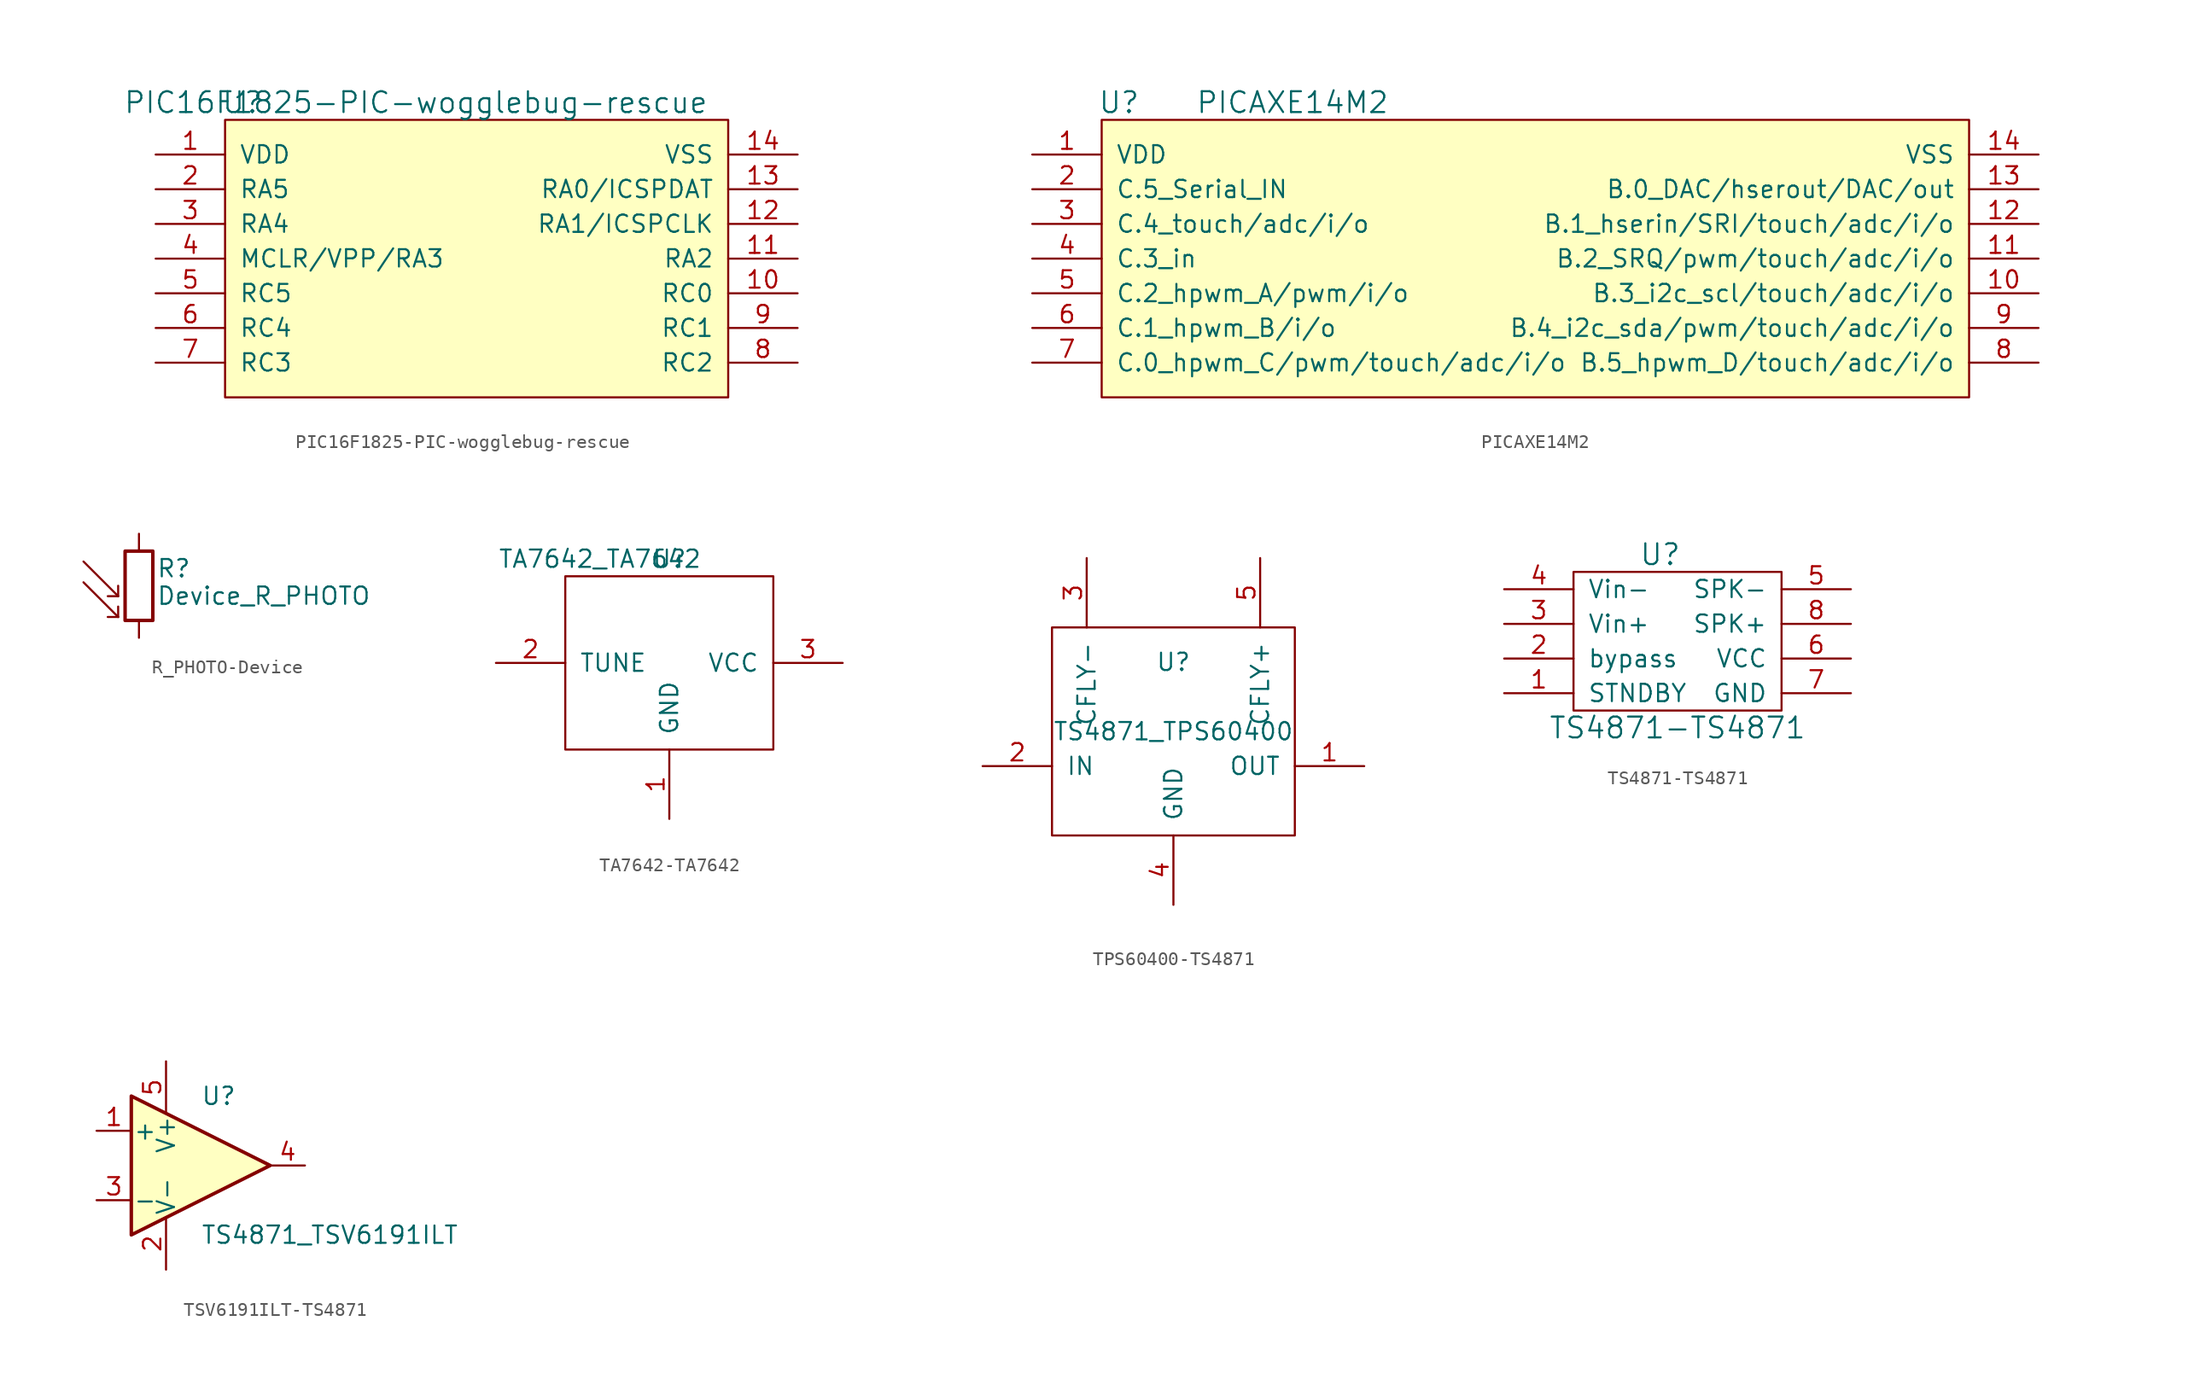
<source format=kicad_sym>
(kicad_symbol_lib
  (version 20220914)
  (generator kicad_symbol_editor)
  (symbol "PIC16F1825-PIC-wogglebug-rescue"
    (pin_names
      (offset 1.016))
    (property "Reference" "U"
      (at -2.54 33.02 0)
      (effects (font (size 1.524 1.524))))
    (property "Value" "PIC16F1825-PIC-wogglebug-rescue"
      (at 10.16 33.02 0)
      (effects (font (size 1.524 1.524))))
    (property "Footprint" ""
      (at -2.54 33.02 0)
      (effects (font (size 1.524 1.524))))
    (property "Datasheet" ""
      (at -2.54 33.02 0)
      (effects (font (size 1.524 1.524))))
    (symbol "PIC16F1825-PIC-wogglebug-rescue_0_1"
      (rectangle (start -3.81 31.75) (end 33.02 11.43) (stroke (width 0) (type solid)) (fill (type background))))
    (symbol "PIC16F1825-PIC-wogglebug-rescue_1_1"
      (pin power_in line (at -8.89 29.21 0) (length 5.08) (name "VDD" (effects (font (size 1.27 1.27)))) (number "1" (effects (font (size 1.27 1.27)))))
      (pin bidirectional line (at 38.1 19.05 180) (length 5.08) (name "RC0" (effects (font (size 1.27 1.27)))) (number "10" (effects (font (size 1.27 1.27)))))
      (pin bidirectional line (at 38.1 21.59 180) (length 5.08) (name "RA2" (effects (font (size 1.27 1.27)))) (number "11" (effects (font (size 1.27 1.27)))))
      (pin bidirectional line (at 38.1 24.13 180) (length 5.08) (name "RA1/ICSPCLK" (effects (font (size 1.27 1.27)))) (number "12" (effects (font (size 1.27 1.27)))))
      (pin bidirectional line (at 38.1 26.67 180) (length 5.08) (name "RA0/ICSPDAT" (effects (font (size 1.27 1.27)))) (number "13" (effects (font (size 1.27 1.27)))))
      (pin power_in line (at 38.1 29.21 180) (length 5.08) (name "VSS" (effects (font (size 1.27 1.27)))) (number "14" (effects (font (size 1.27 1.27)))))
      (pin bidirectional line (at -8.89 26.67 0) (length 5.08) (name "RA5" (effects (font (size 1.27 1.27)))) (number "2" (effects (font (size 1.27 1.27)))))
      (pin bidirectional line (at -8.89 24.13 0) (length 5.08) (name "RA4" (effects (font (size 1.27 1.27)))) (number "3" (effects (font (size 1.27 1.27)))))
      (pin input line (at -8.89 21.59 0) (length 5.08) (name "MCLR/VPP/RA3" (effects (font (size 1.27 1.27)))) (number "4" (effects (font (size 1.27 1.27)))))
      (pin bidirectional line (at -8.89 19.05 0) (length 5.08) (name "RC5" (effects (font (size 1.27 1.27)))) (number "5" (effects (font (size 1.27 1.27)))))
      (pin bidirectional line (at -8.89 16.51 0) (length 5.08) (name "RC4" (effects (font (size 1.27 1.27)))) (number "6" (effects (font (size 1.27 1.27)))))
      (pin bidirectional line (at -8.89 13.97 0) (length 5.08) (name "RC3" (effects (font (size 1.27 1.27)))) (number "7" (effects (font (size 1.27 1.27)))))
      (pin bidirectional line (at 38.1 13.97 180) (length 5.08) (name "RC2" (effects (font (size 1.27 1.27)))) (number "8" (effects (font (size 1.27 1.27)))))
      (pin bidirectional line (at 38.1 16.51 180) (length 5.08) (name "RC1" (effects (font (size 1.27 1.27)))) (number "9" (effects (font (size 1.27 1.27)))))))
  (symbol "PICAXE14M2"
    (pin_names
      (offset 1.016))
    (property "Reference" "U"
      (at -2.54 33.02 0)
      (effects (font (size 1.524 1.524))))
    (property "Value" "PICAXE14M2"
      (at 10.16 33.02 0)
      (effects (font (size 1.524 1.524))))
    (property "Footprint" ""
      (at -2.54 33.02 0)
      (effects (font (size 1.524 1.524))))
    (property "Datasheet" ""
      (at -2.54 33.02 0)
      (effects (font (size 1.524 1.524))))
    (symbol "PICAXE14M2_0_1"
      (rectangle (start -3.81 31.75) (end 59.69 11.43) (stroke (width 0) (type solid)) (fill (type background))))
    (symbol "PICAXE14M2_1_1"
      (pin power_in line (at -8.89 29.21 0) (length 5.08) (name "VDD" (effects (font (size 1.27 1.27)))) (number "1" (effects (font (size 1.27 1.27)))))
      (pin bidirectional line (at 64.77 19.05 180) (length 5.08) (name "B.3_i2c_scl/touch/adc/i/o" (effects (font (size 1.27 1.27)))) (number "10" (effects (font (size 1.27 1.27)))))
      (pin bidirectional line (at 64.77 21.59 180) (length 5.08) (name "B.2_SRQ/pwm/touch/adc/i/o" (effects (font (size 1.27 1.27)))) (number "11" (effects (font (size 1.27 1.27)))))
      (pin bidirectional line (at 64.77 24.13 180) (length 5.08) (name "B.1_hserin/SRI/touch/adc/i/o" (effects (font (size 1.27 1.27)))) (number "12" (effects (font (size 1.27 1.27)))))
      (pin bidirectional line (at 64.77 26.67 180) (length 5.08) (name "B.0_DAC/hserout/DAC/out" (effects (font (size 1.27 1.27)))) (number "13" (effects (font (size 1.27 1.27)))))
      (pin power_in line (at 64.77 29.21 180) (length 5.08) (name "VSS" (effects (font (size 1.27 1.27)))) (number "14" (effects (font (size 1.27 1.27)))))
      (pin bidirectional line (at -8.89 26.67 0) (length 5.08) (name "C.5_Serial_IN" (effects (font (size 1.27 1.27)))) (number "2" (effects (font (size 1.27 1.27)))))
      (pin bidirectional line (at -8.89 24.13 0) (length 5.08) (name "C.4_touch/adc/i/o" (effects (font (size 1.27 1.27)))) (number "3" (effects (font (size 1.27 1.27)))))
      (pin input line (at -8.89 21.59 0) (length 5.08) (name "C.3_in" (effects (font (size 1.27 1.27)))) (number "4" (effects (font (size 1.27 1.27)))))
      (pin bidirectional line (at -8.89 19.05 0) (length 5.08) (name "C.2_hpwm_A/pwm/i/o" (effects (font (size 1.27 1.27)))) (number "5" (effects (font (size 1.27 1.27)))))
      (pin bidirectional line (at -8.89 16.51 0) (length 5.08) (name "C.1_hpwm_B/i/o" (effects (font (size 1.27 1.27)))) (number "6" (effects (font (size 1.27 1.27)))))
      (pin bidirectional line (at -8.89 13.97 0) (length 5.08) (name "C.0_hpwm_C/pwm/touch/adc/i/o" (effects (font (size 1.27 1.27)))) (number "7" (effects (font (size 1.27 1.27)))))
      (pin bidirectional line (at 64.77 13.97 180) (length 5.08) (name "B.5_hpwm_D/touch/adc/i/o" (effects (font (size 1.27 1.27)))) (number "8" (effects (font (size 1.27 1.27)))))
      (pin bidirectional line (at 64.77 16.51 180) (length 5.08) (name "B.4_i2c_sda/pwm/touch/adc/i/o" (effects (font (size 1.27 1.27)))) (number "9" (effects (font (size 1.27 1.27)))))))
  (symbol "R_PHOTO-Device"
    (pin_numbers hide)
    (pin_names
      (offset 0))
    (property "Reference" "R"
      (at 1.27 1.27 0)
      (effects (font (size 1.27 1.27)) (justify left)))
    (property "Value" "Device_R_PHOTO"
      (at 1.27 0 0)
      (effects (font (size 1.27 1.27)) (justify left top)))
    (symbol "R_PHOTO-Device_0_1"
      (rectangle (start -1.016 2.54) (end 1.016 -2.54) (stroke (width 0.254) (type solid)) (fill (type none)))
      (polyline (pts (xy -1.524 -2.286) (xy -4.064 0.254)) (stroke (width 0) (type solid)) (fill (type none)))
      (polyline (pts (xy -1.524 -2.286) (xy -2.286 -2.286)) (stroke (width 0) (type solid)) (fill (type none)))
      (polyline (pts (xy -1.524 -2.286) (xy -1.524 -1.524)) (stroke (width 0) (type solid)) (fill (type none)))
      (polyline (pts (xy -1.524 -0.762) (xy -4.064 1.778)) (stroke (width 0) (type solid)) (fill (type none)))
      (polyline (pts (xy -1.524 -0.762) (xy -2.286 -0.762)) (stroke (width 0) (type solid)) (fill (type none)))
      (polyline (pts (xy -1.524 -0.762) (xy -1.524 0)) (stroke (width 0) (type solid)) (fill (type none))))
    (symbol "R_PHOTO-Device_1_1"
      (pin passive line (at 0 3.81 270) (length 1.27) (name "~" (effects (font (size 1.27 1.27)))) (number "1" (effects (font (size 1.27 1.27)))))
      (pin passive line (at 0 -3.81 90) (length 1.27) (name "~" (effects (font (size 1.27 1.27)))) (number "2" (effects (font (size 1.27 1.27)))))))
  (symbol "TA7642-TA7642"
    (pin_names
      (offset 1.016))
    (property "Reference" "U"
      (at 0 0 0)
      (effects (font (size 1.27 1.27))))
    (property "Value" "TA7642_TA7642"
      (at -5.08 0 0)
      (effects (font (size 1.27 1.27))))
    (symbol "TA7642-TA7642_0_1"
      (rectangle (start -7.62 -1.27) (end 7.62 -13.97) (stroke (width 0) (type solid)) (fill (type none))))
    (symbol "TA7642-TA7642_1_1"
      (pin input line (at 0 -19.05 90) (length 5.08) (name "GND" (effects (font (size 1.27 1.27)))) (number "1" (effects (font (size 1.27 1.27)))))
      (pin input line (at -12.7 -7.62 0) (length 5.08) (name "TUNE" (effects (font (size 1.27 1.27)))) (number "2" (effects (font (size 1.27 1.27)))))
      (pin input line (at 12.7 -7.62 180) (length 5.08) (name "VCC" (effects (font (size 1.27 1.27)))) (number "3" (effects (font (size 1.27 1.27)))))))
  (symbol "TPS60400-TS4871"
    (pin_names
      (offset 1.016))
    (property "Reference" "U"
      (at 0 2.54 0)
      (effects (font (size 1.27 1.27))))
    (property "Value" "TS4871_TPS60400"
      (at 0 -2.54 0)
      (effects (font (size 1.27 1.27))))
    (symbol "TPS60400-TS4871_0_1"
      (polyline (pts (xy -8.89 -5.08) (xy -8.89 5.08) (xy 8.89 5.08) (xy 8.89 -10.16) (xy -8.89 -10.16) (xy -8.89 -5.08)) (stroke (width 0) (type solid)) (fill (type none))))
    (symbol "TPS60400-TS4871_1_1"
      (pin power_out line (at 13.97 -5.08 180) (length 5.08) (name "OUT" (effects (font (size 1.27 1.27)))) (number "1" (effects (font (size 1.27 1.27)))))
      (pin power_in line (at -13.97 -5.08 0) (length 5.08) (name "IN" (effects (font (size 1.27 1.27)))) (number "2" (effects (font (size 1.27 1.27)))))
      (pin bidirectional line (at -6.35 10.16 270) (length 5.08) (name "CFLY-" (effects (font (size 1.27 1.27)))) (number "3" (effects (font (size 1.27 1.27)))))
      (pin input line (at 0 -15.24 90) (length 5.08) (name "GND" (effects (font (size 1.27 1.27)))) (number "4" (effects (font (size 1.27 1.27)))))
      (pin bidirectional line (at 6.35 10.16 270) (length 5.08) (name "CFLY+" (effects (font (size 1.27 1.27)))) (number "5" (effects (font (size 1.27 1.27)))))))
  (symbol "TS4871-TS4871"
    (pin_names
      (offset 1.016))
    (property "Reference" "U"
      (at -1.27 6.35 0)
      (effects (font (size 1.524 1.524))))
    (property "Value" "TS4871-TS4871"
      (at 0 -6.35 0)
      (effects (font (size 1.524 1.524))))
    (property "Footprint" ""
      (at 0 -3.81 0)
      (effects (font (size 1.524 1.524))))
    (property "Datasheet" ""
      (at 0 -3.81 0)
      (effects (font (size 1.524 1.524))))
    (symbol "TS4871-TS4871_0_1"
      (rectangle (start -7.62 5.08) (end 7.62 -5.08) (stroke (width 0) (type solid)) (fill (type none))))
    (symbol "TS4871-TS4871_1_1"
      (pin input line (at -12.7 -3.81 0) (length 5.08) (name "STNDBY" (effects (font (size 1.27 1.27)))) (number "1" (effects (font (size 1.27 1.27)))))
      (pin output line (at -12.7 -1.27 0) (length 5.08) (name "bypass" (effects (font (size 1.27 1.27)))) (number "2" (effects (font (size 1.27 1.27)))))
      (pin input line (at -12.7 1.27 0) (length 5.08) (name "Vin+" (effects (font (size 1.27 1.27)))) (number "3" (effects (font (size 1.27 1.27)))))
      (pin input line (at -12.7 3.81 0) (length 5.08) (name "Vin-" (effects (font (size 1.27 1.27)))) (number "4" (effects (font (size 1.27 1.27)))))
      (pin input line (at 12.7 3.81 180) (length 5.08) (name "SPK-" (effects (font (size 1.27 1.27)))) (number "5" (effects (font (size 1.27 1.27)))))
      (pin input line (at 12.7 -1.27 180) (length 5.08) (name "VCC" (effects (font (size 1.27 1.27)))) (number "6" (effects (font (size 1.27 1.27)))))
      (pin input line (at 12.7 -3.81 180) (length 5.08) (name "GND" (effects (font (size 1.27 1.27)))) (number "7" (effects (font (size 1.27 1.27)))))
      (pin input line (at 12.7 1.27 180) (length 5.08) (name "SPK+" (effects (font (size 1.27 1.27)))) (number "8" (effects (font (size 1.27 1.27)))))))
  (symbol "TSV6191ILT-TS4871"
    (pin_names
      (offset 0.127))
    (property "Reference" "U"
      (at 0 5.08 0)
      (effects (font (size 1.27 1.27)) (justify left)))
    (property "Value" "TS4871_TSV6191ILT"
      (at 0 -5.08 0)
      (effects (font (size 1.27 1.27)) (justify left)))
    (symbol "TSV6191ILT-TS4871_0_1"
      (polyline (pts (xy -5.08 5.08) (xy 5.08 0) (xy -5.08 -5.08) (xy -5.08 5.08)) (stroke (width 0.254) (type solid)) (fill (type background)))
      (pin power_in line (at -2.54 -7.62 90) (length 3.81) (name "V-" (effects (font (size 1.27 1.27)))) (number "2" (effects (font (size 1.27 1.27)))))
      (pin power_in line (at -2.54 7.62 270) (length 3.81) (name "V+" (effects (font (size 1.27 1.27)))) (number "5" (effects (font (size 1.27 1.27))))))
    (symbol "TSV6191ILT-TS4871_1_1"
      (pin input line (at -7.62 2.54 0) (length 2.54) (name "+" (effects (font (size 1.27 1.27)))) (number "1" (effects (font (size 1.27 1.27)))))
      (pin input line (at -7.62 -2.54 0) (length 2.54) (name "-" (effects (font (size 1.27 1.27)))) (number "3" (effects (font (size 1.27 1.27)))))
      (pin output line (at 7.62 0 180) (length 2.54) (name "~" (effects (font (size 1.27 1.27)))) (number "4" (effects (font (size 1.27 1.27))))))))
</source>
